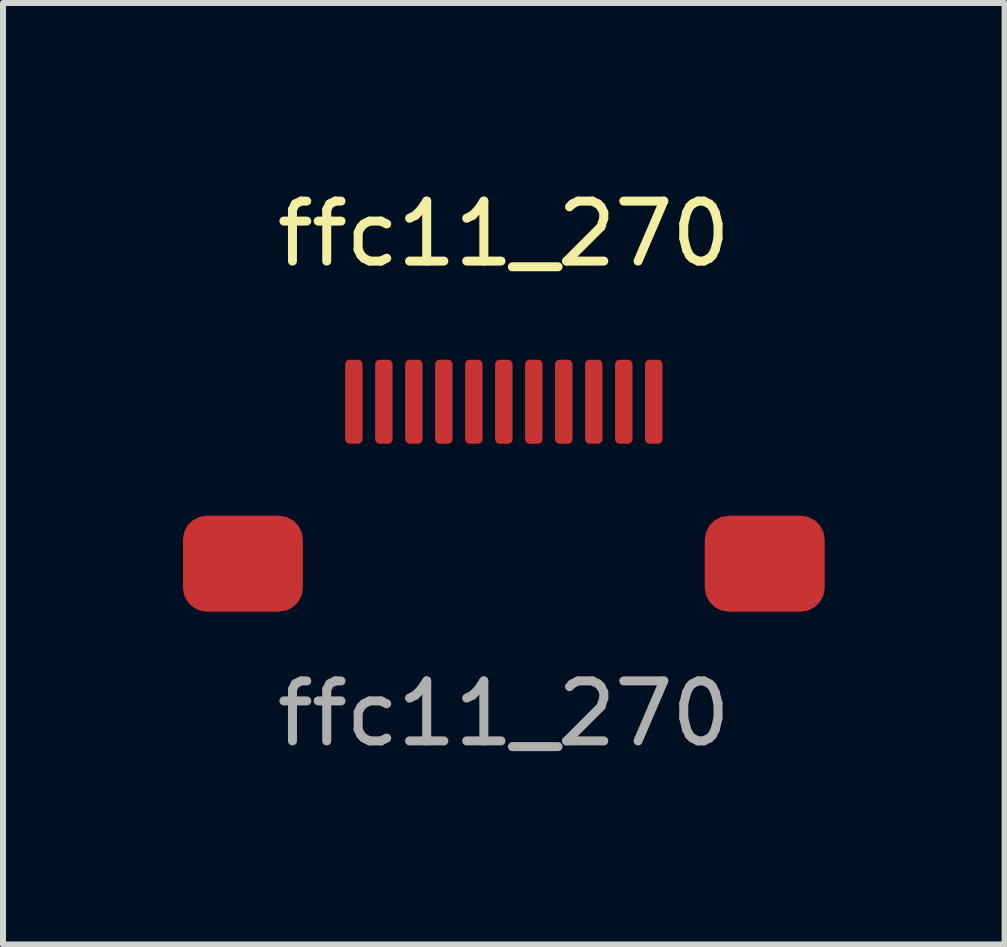
<source format=kicad_pcb>
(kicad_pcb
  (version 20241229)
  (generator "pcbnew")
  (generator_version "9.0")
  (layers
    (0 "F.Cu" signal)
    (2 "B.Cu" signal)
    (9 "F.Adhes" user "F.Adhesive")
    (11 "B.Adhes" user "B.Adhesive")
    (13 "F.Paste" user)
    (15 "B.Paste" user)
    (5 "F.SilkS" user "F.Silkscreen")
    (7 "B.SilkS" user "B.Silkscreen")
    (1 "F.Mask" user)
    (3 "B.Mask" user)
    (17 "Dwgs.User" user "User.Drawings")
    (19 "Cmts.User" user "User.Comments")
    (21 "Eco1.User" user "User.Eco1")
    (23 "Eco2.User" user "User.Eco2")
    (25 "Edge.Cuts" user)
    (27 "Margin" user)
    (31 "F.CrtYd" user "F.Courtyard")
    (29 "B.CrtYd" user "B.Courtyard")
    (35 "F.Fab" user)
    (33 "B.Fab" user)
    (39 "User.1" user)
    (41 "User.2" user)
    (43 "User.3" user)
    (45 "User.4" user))
  (footprint "ffc11_270"
    (layer "F.Cu")
    (at 5.35 6.348)
    (property "Reference" "ffc11_270" (at 0 -5.5 0) (unlocked yes) (layer "F.SilkS") (effects (font (size 1 1) (thickness 0.15))))
    (attr smd)
    (fp_text user "${REFERENCE}" (at 0 2.5 0) (unlocked yes) (layer "F.Fab") (effects (font (size 1 1) (thickness 0.15))))
    (pad "1" smd roundrect (at -2.5 -2.7 180) (size 0.29 1.4) (layers "F.Cu" "F.Mask" "F.Paste") (roundrect_rratio 0.25))
    (pad "2" smd roundrect (at -2 -2.7 180) (size 0.29 1.4) (layers "F.Cu" "F.Mask" "F.Paste") (roundrect_rratio 0.25))
    (pad "3" smd roundrect (at -1.5 -2.7 180) (size 0.29 1.4) (layers "F.Cu" "F.Mask" "F.Paste") (roundrect_rratio 0.25))
    (pad "4" smd roundrect (at -1 -2.7 180) (size 0.29 1.4) (layers "F.Cu" "F.Mask" "F.Paste") (roundrect_rratio 0.25))
    (pad "5" smd roundrect (at -0.5 -2.7 180) (size 0.29 1.4) (layers "F.Cu" "F.Mask" "F.Paste") (roundrect_rratio 0.25))
    (pad "6" smd roundrect (at 0 -2.7 180) (size 0.29 1.4) (layers "F.Cu" "F.Mask" "F.Paste") (roundrect_rratio 0.25))
    (pad "7" smd roundrect (at 0.5 -2.7 180) (size 0.29 1.4) (layers "F.Cu" "F.Mask" "F.Paste") (roundrect_rratio 0.25))
    (pad "8" smd roundrect (at 1 -2.7 180) (size 0.29 1.4) (layers "F.Cu" "F.Mask" "F.Paste") (roundrect_rratio 0.25))
    (pad "9" smd roundrect (at 1.5 -2.7 180) (size 0.29 1.4) (layers "F.Cu" "F.Mask" "F.Paste") (roundrect_rratio 0.25))
    (pad "10" smd roundrect (at 2 -2.7 180) (size 0.29 1.4) (layers "F.Cu" "F.Mask" "F.Paste") (roundrect_rratio 0.25))
    (pad "11" smd roundrect (at 2.5 -2.7 180) (size 0.29 1.4) (layers "F.Cu" "F.Mask" "F.Paste") (roundrect_rratio 0.25))
    (pad "12" smd roundrect (at -4.35 0 270) (size 1.6 2) (layers "F.Cu" "F.Mask" "F.Paste") (roundrect_rratio 0.25))
    (pad "13" smd roundrect (at 4.35 0 270) (size 1.6 2) (layers "F.Cu" "F.Mask" "F.Paste") (roundrect_rratio 0.25)))
  (gr_rect
    (start -3 -3)
    (end 13.7 12.697)
    (stroke (width 0.1) (type default))
    (fill no)
    (layer "Edge.Cuts")))
</source>
